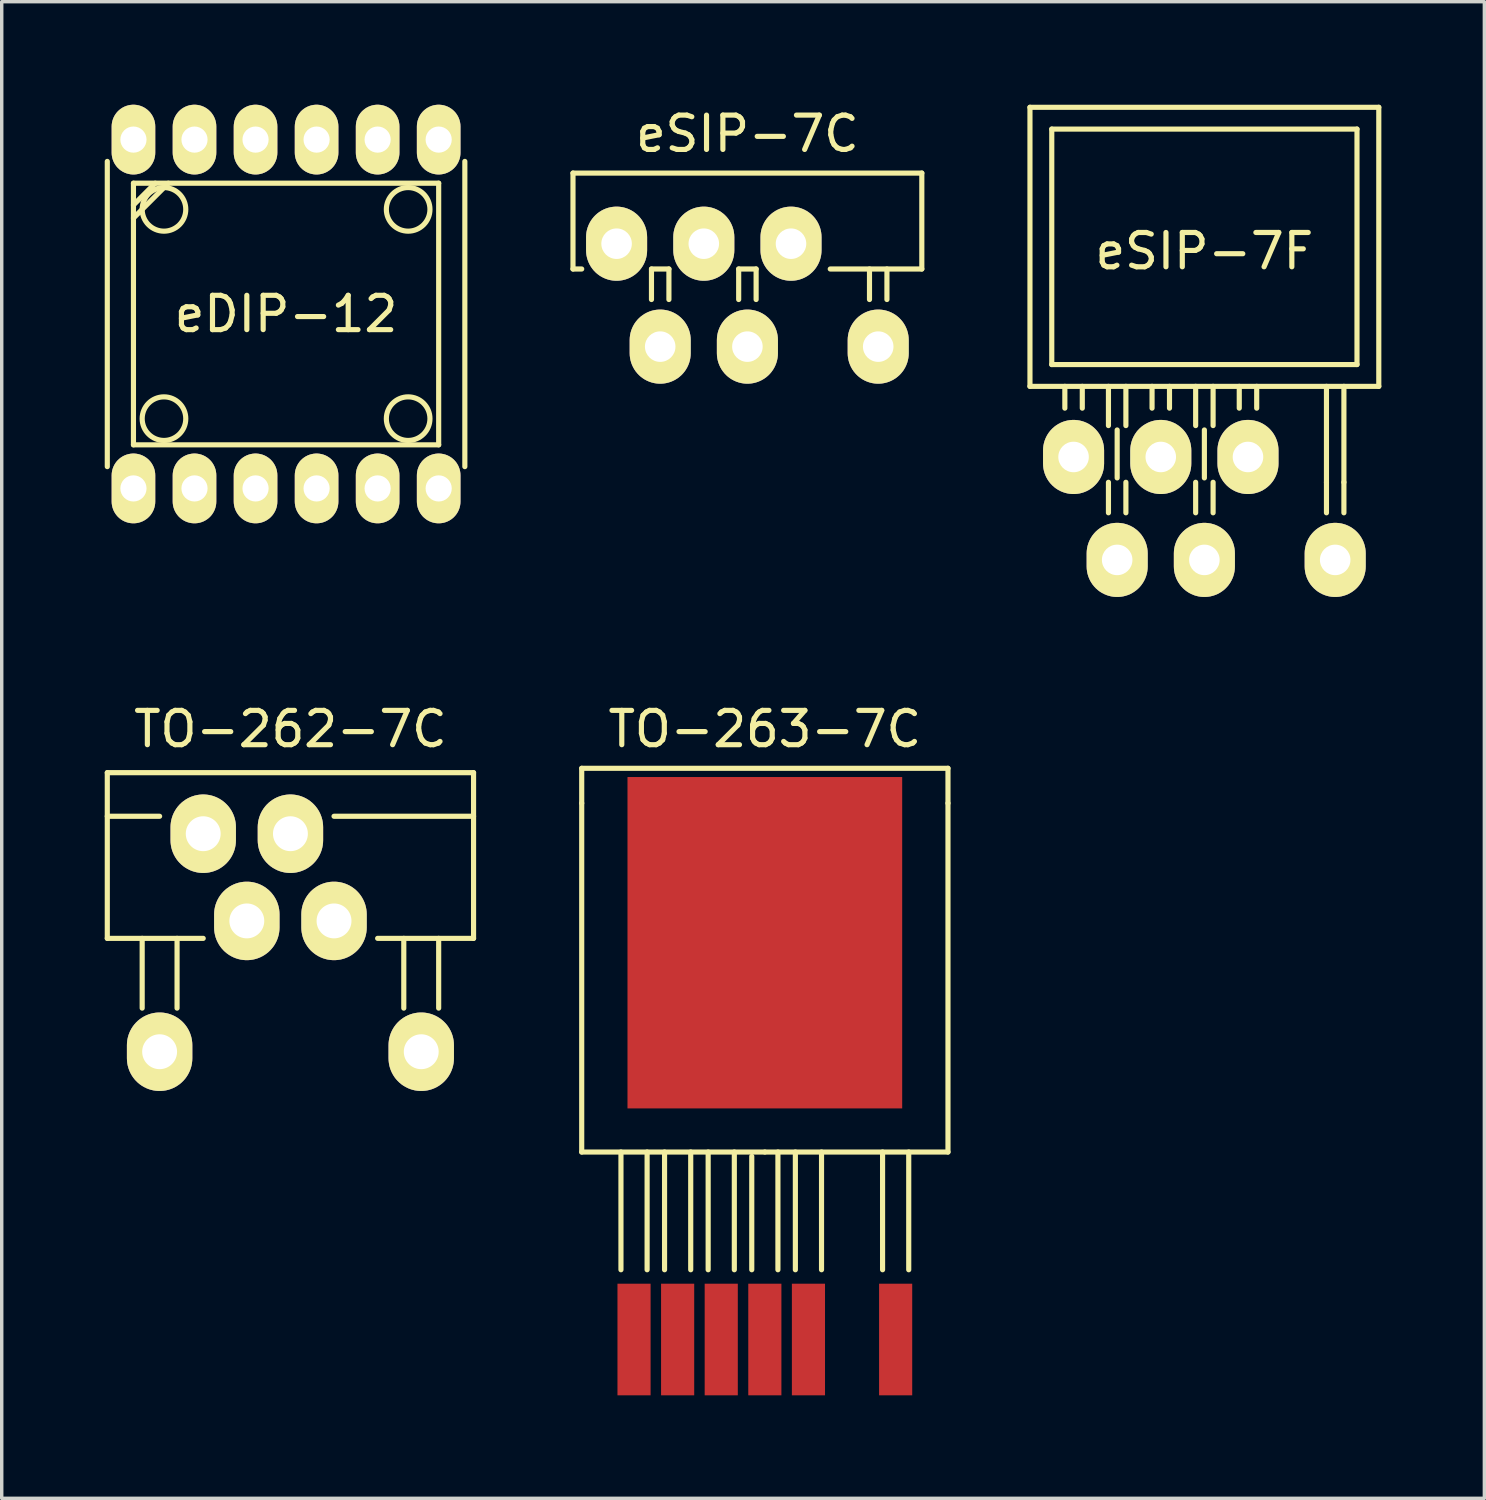
<source format=kicad_pcb>
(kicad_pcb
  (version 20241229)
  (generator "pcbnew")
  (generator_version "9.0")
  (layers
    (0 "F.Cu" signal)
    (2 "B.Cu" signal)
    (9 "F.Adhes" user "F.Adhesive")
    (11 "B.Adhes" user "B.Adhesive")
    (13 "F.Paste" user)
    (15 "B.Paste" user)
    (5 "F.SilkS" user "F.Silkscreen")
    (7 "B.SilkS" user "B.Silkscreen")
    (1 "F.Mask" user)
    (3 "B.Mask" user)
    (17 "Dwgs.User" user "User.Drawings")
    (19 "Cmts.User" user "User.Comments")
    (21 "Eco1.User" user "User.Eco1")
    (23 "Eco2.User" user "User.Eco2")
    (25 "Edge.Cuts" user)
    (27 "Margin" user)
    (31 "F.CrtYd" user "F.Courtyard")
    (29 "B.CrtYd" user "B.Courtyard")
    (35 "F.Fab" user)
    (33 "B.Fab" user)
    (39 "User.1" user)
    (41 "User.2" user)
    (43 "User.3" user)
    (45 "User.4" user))
  (footprint "TO-263-7C"
    (layer "F.Cu")
    (at 19.227 35.965)
    (property "Reference" "TO-263-7C" (at 0 -17.78 0) (layer "F.SilkS") (effects (font (size 1 1) (thickness 0.15))))
    (attr through_hole)
    (fp_line (start -5.334 -16.637) (end -5.334 -15.621) (stroke (width 0.15) (type solid)) (layer "F.SilkS"))
    (fp_line (start -5.334 -16.637) (end 5.334 -16.637) (stroke (width 0.15) (type solid)) (layer "F.SilkS"))
    (fp_line (start -5.334 -5.461) (end -5.334 -15.621) (stroke (width 0.15) (type solid)) (layer "F.SilkS"))
    (fp_line (start -4.191 -2.032) (end -4.191 -5.461) (stroke (width 0.15) (type solid)) (layer "F.SilkS"))
    (fp_line (start -3.429 -2.032) (end -3.429 -5.461) (stroke (width 0.15) (type solid)) (layer "F.SilkS"))
    (fp_line (start -2.921 -2.032) (end -2.921 -5.461) (stroke (width 0.15) (type solid)) (layer "F.SilkS"))
    (fp_line (start -2.159 -2.032) (end -2.159 -5.461) (stroke (width 0.15) (type solid)) (layer "F.SilkS"))
    (fp_line (start -1.651 -2.032) (end -1.651 -5.461) (stroke (width 0.15) (type solid)) (layer "F.SilkS"))
    (fp_line (start -0.889 -2.032) (end -0.889 -5.461) (stroke (width 0.15) (type solid)) (layer "F.SilkS"))
    (fp_line (start -0.381 -2.032) (end -0.381 -5.334) (stroke (width 0.15) (type solid)) (layer "F.SilkS"))
    (fp_line (start 0 -5.461) (end -5.334 -5.461) (stroke (width 0.15) (type solid)) (layer "F.SilkS"))
    (fp_line (start 0 -5.461) (end 5.334 -5.461) (stroke (width 0.15) (type solid)) (layer "F.SilkS"))
    (fp_line (start 0.381 -2.032) (end 0.381 -5.461) (stroke (width 0.15) (type solid)) (layer "F.SilkS"))
    (fp_line (start 0.889 -2.032) (end 0.889 -5.461) (stroke (width 0.15) (type solid)) (layer "F.SilkS"))
    (fp_line (start 1.651 -2.032) (end 1.651 -5.461) (stroke (width 0.15) (type solid)) (layer "F.SilkS"))
    (fp_line (start 3.429 -2.032) (end 3.429 -5.461) (stroke (width 0.15) (type solid)) (layer "F.SilkS"))
    (fp_line (start 4.191 -2.032) (end 4.191 -5.461) (stroke (width 0.15) (type solid)) (layer "F.SilkS"))
    (fp_line (start 5.334 -16.637) (end 5.334 -15.621) (stroke (width 0.15) (type solid)) (layer "F.SilkS"))
    (fp_line (start 5.334 -5.461) (end 5.334 -15.621) (stroke (width 0.15) (type solid)) (layer "F.SilkS"))
    (pad "1" smd rect (at -3.81 0) (size 0.965 3.251) (layers "F.Cu" "F.Mask" "F.Paste"))
    (pad "2" smd rect (at -2.54 0) (size 0.965 3.251) (layers "F.Cu" "F.Mask" "F.Paste"))
    (pad "3" smd rect (at -1.27 0) (size 0.965 3.251) (layers "F.Cu" "F.Mask" "F.Paste"))
    (pad "4" smd rect (at 0 0) (size 0.965 3.251) (layers "F.Cu" "F.Mask" "F.Paste"))
    (pad "5" smd rect (at 1.27 0) (size 0.965 3.251) (layers "F.Cu" "F.Mask" "F.Paste"))
    (pad "7" smd rect (at 3.81 0) (size 0.965 3.251) (layers "F.Cu" "F.Mask" "F.Paste"))
    (pad "8" smd rect (at 0 -11.557) (size 8.001 9.652) (layers "F.Cu" "F.Mask" "F.Paste")))
  (footprint "eSIP-7F"
    (layer "F.Cu")
    (at 32.029 11.759)
    (property "Reference" "eSIP-7F" (at 0 -7.493 0) (layer "F.SilkS") (effects (font (size 1 1) (thickness 0.15))))
    (attr through_hole)
    (fp_line (start -5.08 -11.684) (end -5.08 -3.556) (stroke (width 0.15) (type solid)) (layer "F.SilkS"))
    (fp_line (start -5.08 -3.556) (end 5.08 -3.556) (stroke (width 0.15) (type solid)) (layer "F.SilkS"))
    (fp_line (start -4.445 -11.049) (end -4.445 -4.191) (stroke (width 0.15) (type solid)) (layer "F.SilkS"))
    (fp_line (start -4.445 -4.191) (end 4.445 -4.191) (stroke (width 0.15) (type solid)) (layer "F.SilkS"))
    (fp_line (start -4.064 -2.921) (end -4.064 -3.556) (stroke (width 0.15) (type solid)) (layer "F.SilkS"))
    (fp_line (start -3.556 -2.921) (end -3.556 -3.556) (stroke (width 0.15) (type solid)) (layer "F.SilkS"))
    (fp_line (start -2.794 -2.413) (end -2.794 -3.556) (stroke (width 0.15) (type solid)) (layer "F.SilkS"))
    (fp_line (start -2.794 0.127) (end -2.794 -0.762) (stroke (width 0.15) (type solid)) (layer "F.SilkS"))
    (fp_line (start -2.54 -0.889) (end -2.54 -2.286) (stroke (width 0.15) (type solid)) (layer "F.SilkS"))
    (fp_line (start -2.286 -2.413) (end -2.286 -3.556) (stroke (width 0.15) (type solid)) (layer "F.SilkS"))
    (fp_line (start -2.286 -0.762) (end -2.286 0.127) (stroke (width 0.15) (type solid)) (layer "F.SilkS"))
    (fp_line (start -1.524 -2.921) (end -1.524 -3.556) (stroke (width 0.15) (type solid)) (layer "F.SilkS"))
    (fp_line (start -1.016 -2.921) (end -1.016 -3.556) (stroke (width 0.15) (type solid)) (layer "F.SilkS"))
    (fp_line (start -0.254 -2.413) (end -0.254 -3.556) (stroke (width 0.15) (type solid)) (layer "F.SilkS"))
    (fp_line (start -0.254 -0.762) (end -0.254 0.127) (stroke (width 0.15) (type solid)) (layer "F.SilkS"))
    (fp_line (start 0 -0.889) (end 0 -2.286) (stroke (width 0.15) (type solid)) (layer "F.SilkS"))
    (fp_line (start 0.254 -2.413) (end 0.254 -3.556) (stroke (width 0.15) (type solid)) (layer "F.SilkS"))
    (fp_line (start 0.254 -0.762) (end 0.254 0.127) (stroke (width 0.15) (type solid)) (layer "F.SilkS"))
    (fp_line (start 1.016 -2.921) (end 1.016 -3.556) (stroke (width 0.15) (type solid)) (layer "F.SilkS"))
    (fp_line (start 1.524 -2.921) (end 1.524 -3.556) (stroke (width 0.15) (type solid)) (layer "F.SilkS"))
    (fp_line (start 3.556 -0.762) (end 3.556 -3.556) (stroke (width 0.15) (type solid)) (layer "F.SilkS"))
    (fp_line (start 3.556 0.127) (end 3.556 -0.762) (stroke (width 0.15) (type solid)) (layer "F.SilkS"))
    (fp_line (start 4.064 -0.762) (end 4.064 -3.556) (stroke (width 0.15) (type solid)) (layer "F.SilkS"))
    (fp_line (start 4.064 0.127) (end 4.064 -0.762) (stroke (width 0.15) (type solid)) (layer "F.SilkS"))
    (fp_line (start 4.445 -11.049) (end -4.445 -11.049) (stroke (width 0.15) (type solid)) (layer "F.SilkS"))
    (fp_line (start 4.445 -4.191) (end 4.445 -11.049) (stroke (width 0.15) (type solid)) (layer "F.SilkS"))
    (fp_line (start 5.08 -11.684) (end -5.08 -11.684) (stroke (width 0.15) (type solid)) (layer "F.SilkS"))
    (fp_line (start 5.08 -3.556) (end 5.08 -11.684) (stroke (width 0.15) (type solid)) (layer "F.SilkS"))
    (pad "1" thru_hole oval (at -3.81 -1.499) (size 1.778 2.159) (drill 0.889) (layers "*.Cu" "*.Mask" "F.SilkS"))
    (pad "2" thru_hole oval (at -2.54 1.499) (size 1.778 2.159) (drill 0.889) (layers "*.Cu" "*.Mask" "F.SilkS"))
    (pad "3" thru_hole oval (at -1.27 -1.499) (size 1.778 2.159) (drill 0.889) (layers "*.Cu" "*.Mask" "F.SilkS"))
    (pad "4" thru_hole oval (at 0 1.499) (size 1.778 2.159) (drill 0.889) (layers "*.Cu" "*.Mask" "F.SilkS"))
    (pad "5" thru_hole oval (at 1.27 -1.499) (size 1.778 2.159) (drill 0.889) (layers "*.Cu" "*.Mask" "F.SilkS"))
    (pad "7" thru_hole oval (at 3.81 1.499) (size 1.778 2.159) (drill 0.889) (layers "*.Cu" "*.Mask" "F.SilkS")))
  (footprint "TO-262-7C"
    (layer "F.Cu")
    (at 5.409 22.503)
    (property "Reference" "TO-262-7C" (at 0 -4.318 0) (layer "F.SilkS") (effects (font (size 1 1) (thickness 0.15))))
    (attr through_hole)
    (fp_line (start -5.334 -3.048) (end -5.334 1.778) (stroke (width 0.15) (type solid)) (layer "F.SilkS"))
    (fp_line (start -5.334 -1.778) (end -3.81 -1.778) (stroke (width 0.15) (type solid)) (layer "F.SilkS"))
    (fp_line (start -5.334 1.778) (end -2.54 1.778) (stroke (width 0.15) (type solid)) (layer "F.SilkS"))
    (fp_line (start -4.318 3.81) (end -4.318 1.778) (stroke (width 0.15) (type solid)) (layer "F.SilkS"))
    (fp_line (start -3.302 3.81) (end -3.302 1.778) (stroke (width 0.15) (type solid)) (layer "F.SilkS"))
    (fp_line (start 3.302 3.81) (end 3.302 1.778) (stroke (width 0.15) (type solid)) (layer "F.SilkS"))
    (fp_line (start 4.318 3.81) (end 4.318 1.778) (stroke (width 0.15) (type solid)) (layer "F.SilkS"))
    (fp_line (start 5.334 -3.048) (end -5.334 -3.048) (stroke (width 0.15) (type solid)) (layer "F.SilkS"))
    (fp_line (start 5.334 -3.048) (end 5.334 1.778) (stroke (width 0.15) (type solid)) (layer "F.SilkS"))
    (fp_line (start 5.334 -1.778) (end 1.27 -1.778) (stroke (width 0.15) (type solid)) (layer "F.SilkS"))
    (fp_line (start 5.334 1.778) (end 2.54 1.778) (stroke (width 0.15) (type solid)) (layer "F.SilkS"))
    (pad "1" thru_hole oval (at -3.81 5.08) (size 1.905 2.286) (drill 1.016) (layers "*.Cu" "*.Mask" "F.SilkS"))
    (pad "2" thru_hole oval (at -2.54 -1.27) (size 1.905 2.286) (drill 1.016) (layers "*.Cu" "*.Mask" "F.SilkS"))
    (pad "3" thru_hole oval (at -1.27 1.27) (size 1.905 2.286) (drill 1.016) (layers "*.Cu" "*.Mask" "F.SilkS"))
    (pad "4" thru_hole oval (at 0 -1.27) (size 1.905 2.286) (drill 1.016) (layers "*.Cu" "*.Mask" "F.SilkS"))
    (pad "5" thru_hole oval (at 1.27 1.27) (size 1.905 2.286) (drill 1.016) (layers "*.Cu" "*.Mask" "F.SilkS"))
    (pad "7" thru_hole oval (at 3.81 5.08) (size 1.905 2.286) (drill 1.016) (layers "*.Cu" "*.Mask" "F.SilkS")))
  (footprint "eDIP-12"
    (layer "F.Cu")
    (at 5.282 6.096)
    (property "Reference" "eDIP-12" (at 0 0 0) (layer "F.SilkS") (effects (font (size 1 1) (thickness 0.15))))
    (attr through_hole)
    (fp_line (start -5.207 4.445) (end -5.207 -4.445) (stroke (width 0.15) (type solid)) (layer "F.SilkS"))
    (fp_line (start -4.445 -3.81) (end -4.445 3.81) (stroke (width 0.15) (type solid)) (layer "F.SilkS"))
    (fp_line (start -4.445 -2.794) (end -3.429 -3.81) (stroke (width 0.15) (type solid)) (layer "F.SilkS"))
    (fp_line (start -4.445 3.81) (end 4.445 3.81) (stroke (width 0.15) (type solid)) (layer "F.SilkS"))
    (fp_line (start -3.81 -3.81) (end -4.445 -3.175) (stroke (width 0.15) (type solid)) (layer "F.SilkS"))
    (fp_line (start 4.445 -3.81) (end -4.445 -3.81) (stroke (width 0.15) (type solid)) (layer "F.SilkS"))
    (fp_line (start 4.445 3.81) (end 4.445 -3.81) (stroke (width 0.15) (type solid)) (layer "F.SilkS"))
    (fp_line (start 5.207 -4.445) (end 5.207 4.445) (stroke (width 0.15) (type solid)) (layer "F.SilkS"))
    (fp_circle (center -3.556 -3.048) (end -3.556 -3.683) (stroke (width 0.15) (type solid)) (fill no) (layer "F.SilkS"))
    (fp_circle (center -3.556 3.048) (end -3.556 3.683) (stroke (width 0.15) (type solid)) (fill no) (layer "F.SilkS"))
    (fp_circle (center 3.556 -3.048) (end 4.191 -3.048) (stroke (width 0.15) (type solid)) (fill no) (layer "F.SilkS"))
    (fp_circle (center 3.556 3.048) (end 4.191 3.048) (stroke (width 0.15) (type solid)) (fill no) (layer "F.SilkS"))
    (pad "1" thru_hole oval (at -4.445 -5.08) (size 1.27 2.032) (drill 0.762) (layers "*.Cu" "*.Mask" "F.SilkS"))
    (pad "2" thru_hole oval (at -2.667 -5.08) (size 1.27 2.032) (drill 0.762) (layers "*.Cu" "*.Mask" "F.SilkS"))
    (pad "3" thru_hole oval (at -0.889 -5.08) (size 1.27 2.032) (drill 0.762) (layers "*.Cu" "*.Mask" "F.SilkS"))
    (pad "4" thru_hole oval (at 0.889 -5.08) (size 1.27 2.032) (drill 0.762) (layers "*.Cu" "*.Mask" "F.SilkS"))
    (pad "5" thru_hole oval (at 2.667 -5.08) (size 1.27 2.032) (drill 0.762) (layers "*.Cu" "*.Mask" "F.SilkS"))
    (pad "6" thru_hole oval (at 4.445 -5.08) (size 1.27 2.032) (drill 0.762) (layers "*.Cu" "*.Mask" "F.SilkS"))
    (pad "7" thru_hole oval (at 4.445 5.08) (size 1.27 2.032) (drill 0.762) (layers "*.Cu" "*.Mask" "F.SilkS"))
    (pad "8" thru_hole oval (at 2.667 5.08) (size 1.27 2.032) (drill 0.762) (layers "*.Cu" "*.Mask" "F.SilkS"))
    (pad "9" thru_hole oval (at 0.889 5.08) (size 1.27 2.032) (drill 0.762) (layers "*.Cu" "*.Mask" "F.SilkS"))
    (pad "10" thru_hole oval (at -0.889 5.08) (size 1.27 2.032) (drill 0.762) (layers "*.Cu" "*.Mask" "F.SilkS"))
    (pad "11" thru_hole oval (at -2.667 5.08) (size 1.27 2.032) (drill 0.762) (layers "*.Cu" "*.Mask" "F.SilkS"))
    (pad "12" thru_hole oval (at -4.445 5.08) (size 1.27 2.032) (drill 0.762) (layers "*.Cu" "*.Mask" "F.SilkS")))
  (footprint "eSIP-7C"
    (layer "F.Cu")
    (at 18.719 5.547)
    (property "Reference" "eSIP-7C" (at 0 -4.699 0) (layer "F.SilkS") (effects (font (size 1 1) (thickness 0.15))))
    (attr through_hole)
    (fp_line (start -5.08 -3.556) (end 5.08 -3.556) (stroke (width 0.15) (type solid)) (layer "F.SilkS"))
    (fp_line (start -5.08 -0.762) (end -5.08 -3.556) (stroke (width 0.15) (type solid)) (layer "F.SilkS"))
    (fp_line (start -4.826 -0.762) (end -5.08 -0.762) (stroke (width 0.15) (type solid)) (layer "F.SilkS"))
    (fp_line (start -2.794 0.127) (end -2.794 -0.762) (stroke (width 0.15) (type solid)) (layer "F.SilkS"))
    (fp_line (start -2.286 -0.762) (end -2.794 -0.762) (stroke (width 0.15) (type solid)) (layer "F.SilkS"))
    (fp_line (start -2.286 -0.762) (end -2.286 0.127) (stroke (width 0.15) (type solid)) (layer "F.SilkS"))
    (fp_line (start -0.254 -0.762) (end -0.254 0.127) (stroke (width 0.15) (type solid)) (layer "F.SilkS"))
    (fp_line (start 0.254 -0.762) (end -0.254 -0.762) (stroke (width 0.15) (type solid)) (layer "F.SilkS"))
    (fp_line (start 0.254 -0.762) (end 0.254 0.127) (stroke (width 0.15) (type solid)) (layer "F.SilkS"))
    (fp_line (start 3.556 0.127) (end 3.556 -0.762) (stroke (width 0.15) (type solid)) (layer "F.SilkS"))
    (fp_line (start 4.064 0.127) (end 4.064 -0.762) (stroke (width 0.15) (type solid)) (layer "F.SilkS"))
    (fp_line (start 5.08 -0.762) (end 2.413 -0.762) (stroke (width 0.15) (type solid)) (layer "F.SilkS"))
    (fp_line (start 5.08 -0.762) (end 5.08 -3.556) (stroke (width 0.15) (type solid)) (layer "F.SilkS"))
    (pad "1" thru_hole oval (at -3.81 -1.499) (size 1.778 2.159) (drill 0.889) (layers "*.Cu" "*.Mask" "F.SilkS"))
    (pad "2" thru_hole oval (at -2.54 1.499) (size 1.778 2.159) (drill 0.889) (layers "*.Cu" "*.Mask" "F.SilkS"))
    (pad "3" thru_hole oval (at -1.27 -1.499) (size 1.778 2.159) (drill 0.889) (layers "*.Cu" "*.Mask" "F.SilkS"))
    (pad "4" thru_hole oval (at 0 1.499) (size 1.778 2.159) (drill 0.889) (layers "*.Cu" "*.Mask" "F.SilkS"))
    (pad "5" thru_hole oval (at 1.27 -1.499) (size 1.778 2.159) (drill 0.889) (layers "*.Cu" "*.Mask" "F.SilkS"))
    (pad "7" thru_hole oval (at 3.81 1.499) (size 1.778 2.159) (drill 0.889) (layers "*.Cu" "*.Mask" "F.SilkS")))
  (gr_rect
    (start -3 -3)
    (end 40.184 40.591)
    (stroke (width 0.1) (type default))
    (fill no)
    (layer "Edge.Cuts")))
</source>
